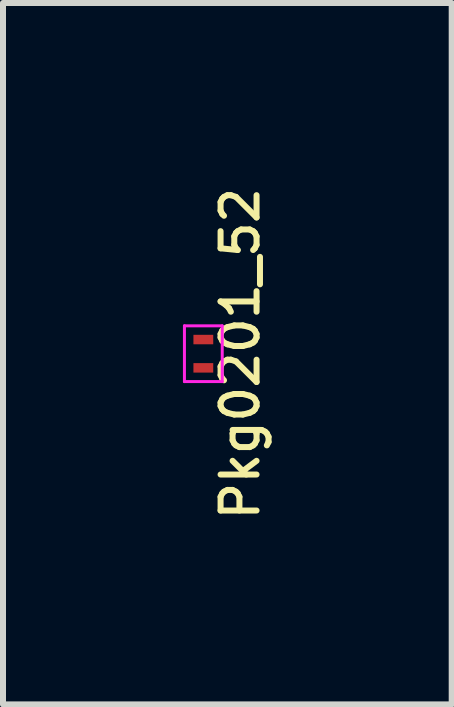
<source format=kicad_pcb>
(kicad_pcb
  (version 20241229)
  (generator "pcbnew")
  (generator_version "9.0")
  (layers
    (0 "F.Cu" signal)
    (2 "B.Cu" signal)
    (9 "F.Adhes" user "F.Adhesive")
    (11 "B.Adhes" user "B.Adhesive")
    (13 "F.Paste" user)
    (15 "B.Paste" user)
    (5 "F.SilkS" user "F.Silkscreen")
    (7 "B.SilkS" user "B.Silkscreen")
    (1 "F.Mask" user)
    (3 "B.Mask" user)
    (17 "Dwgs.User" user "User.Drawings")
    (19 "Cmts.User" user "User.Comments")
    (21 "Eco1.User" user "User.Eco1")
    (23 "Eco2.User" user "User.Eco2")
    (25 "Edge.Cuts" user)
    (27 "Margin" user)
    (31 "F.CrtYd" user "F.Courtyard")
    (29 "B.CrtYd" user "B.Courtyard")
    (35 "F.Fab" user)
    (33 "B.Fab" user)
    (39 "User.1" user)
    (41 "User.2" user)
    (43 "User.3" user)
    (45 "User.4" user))
  (footprint "Pkg0201_52"
    (layer "F.Cu")
    (at 0.34 2.847)
    (property "Reference" "Pkg0201_52" (at 0.615 0 90) (layer "F.SilkS") (effects (font (size 0.6 0.6) (thickness 0.1))))
    (fp_line (start -0.315 -0.465) (end -0.315 0.465) (stroke (width 0.05) (type solid)) (layer "F.CrtYd"))
    (fp_line (start -0.315 0.465) (end 0.315 0.465) (stroke (width 0.05) (type solid)) (layer "F.CrtYd"))
    (fp_line (start 0.315 -0.465) (end -0.315 -0.465) (stroke (width 0.05) (type solid)) (layer "F.CrtYd"))
    (fp_line (start 0.315 0.465) (end 0.315 -0.465) (stroke (width 0.05) (type solid)) (layer "F.CrtYd"))
    (pad "1" smd rect (at 0 -0.236) (size 0.33 0.158) (layers "F.Cu" "F.Mask" "F.Paste"))
    (pad "2" smd rect (at 0 0.236) (size 0.33 0.158) (layers "F.Cu" "F.Mask" "F.Paste")))
  (gr_rect
    (start -3 -3)
    (end 4.481 8.694)
    (stroke (width 0.1) (type default))
    (fill no)
    (layer "Edge.Cuts")))
</source>
